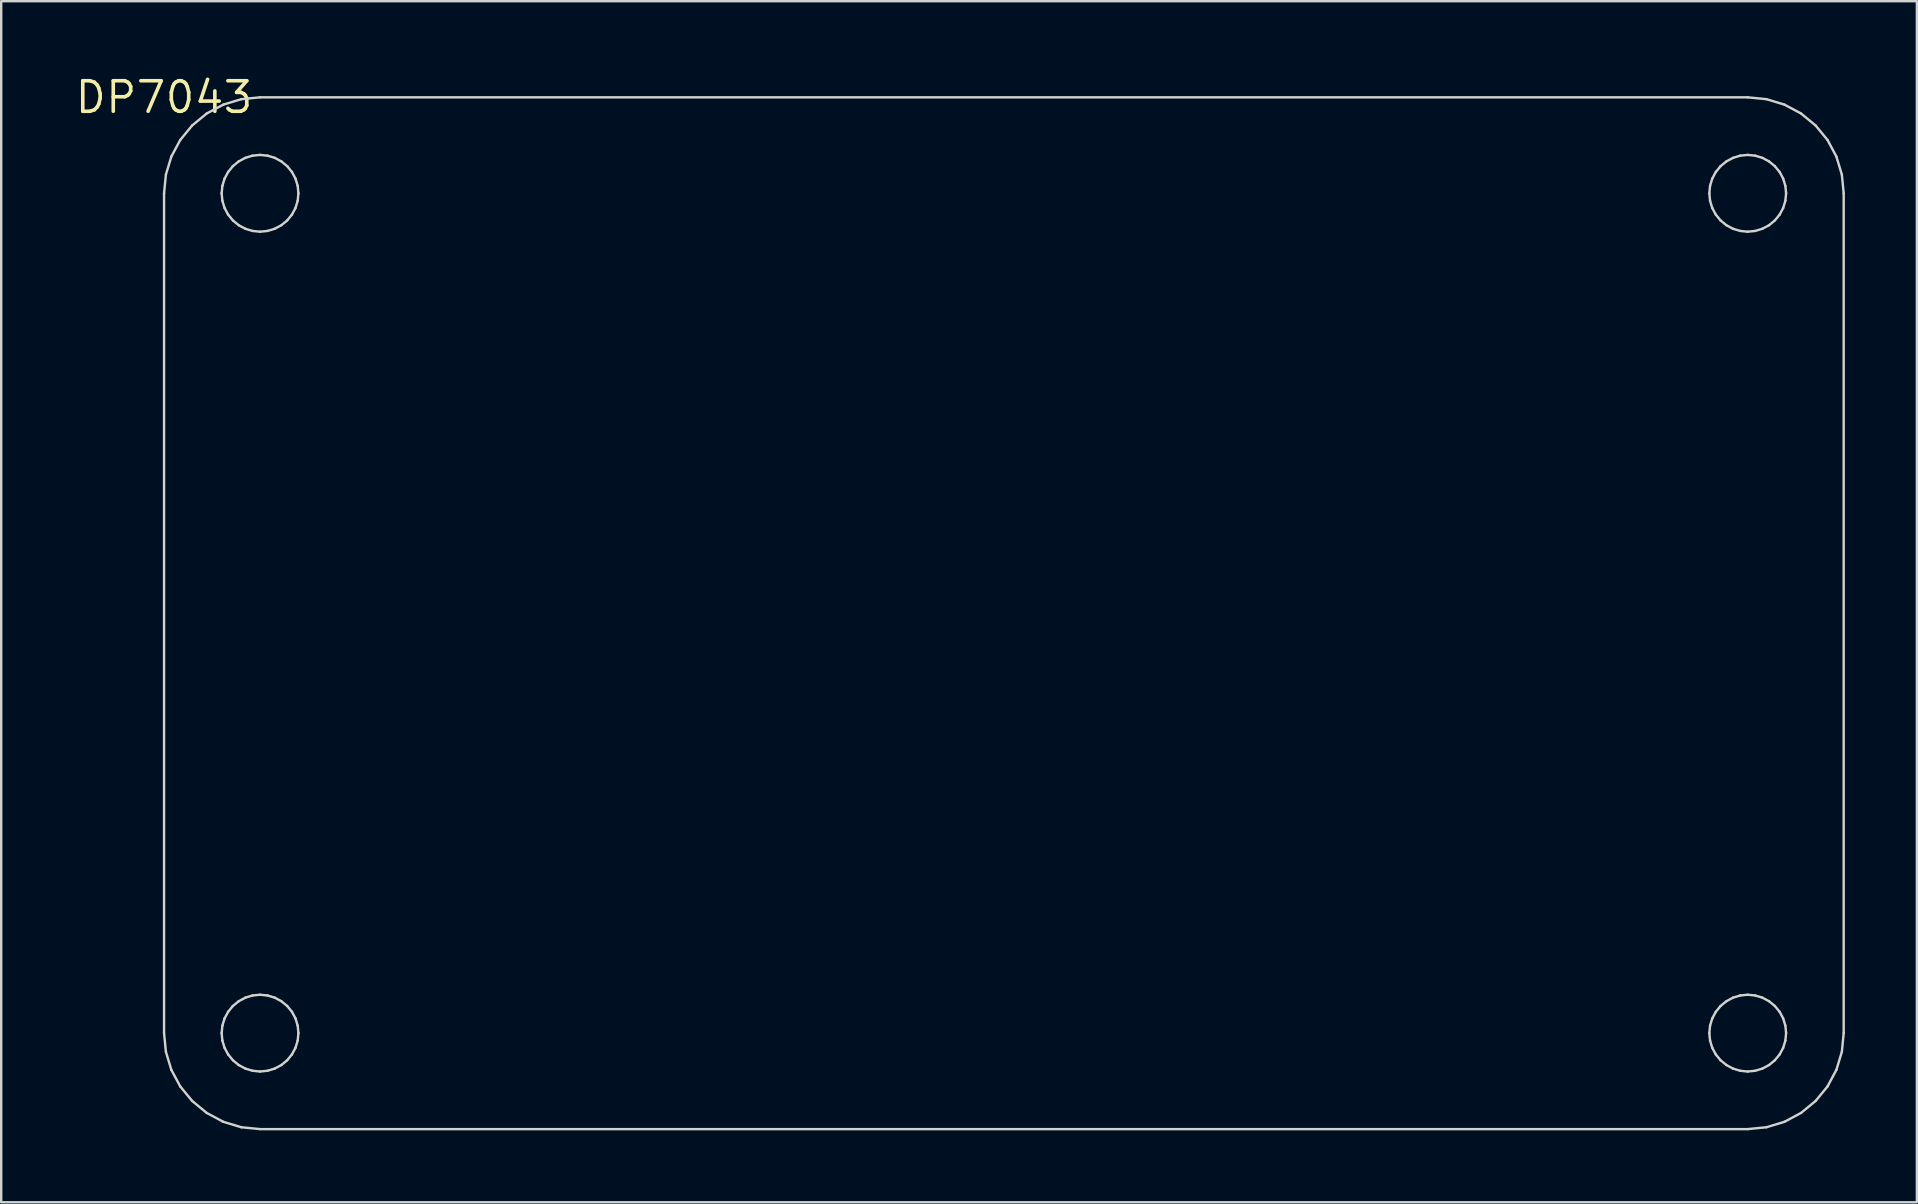
<source format=kicad_pcb>
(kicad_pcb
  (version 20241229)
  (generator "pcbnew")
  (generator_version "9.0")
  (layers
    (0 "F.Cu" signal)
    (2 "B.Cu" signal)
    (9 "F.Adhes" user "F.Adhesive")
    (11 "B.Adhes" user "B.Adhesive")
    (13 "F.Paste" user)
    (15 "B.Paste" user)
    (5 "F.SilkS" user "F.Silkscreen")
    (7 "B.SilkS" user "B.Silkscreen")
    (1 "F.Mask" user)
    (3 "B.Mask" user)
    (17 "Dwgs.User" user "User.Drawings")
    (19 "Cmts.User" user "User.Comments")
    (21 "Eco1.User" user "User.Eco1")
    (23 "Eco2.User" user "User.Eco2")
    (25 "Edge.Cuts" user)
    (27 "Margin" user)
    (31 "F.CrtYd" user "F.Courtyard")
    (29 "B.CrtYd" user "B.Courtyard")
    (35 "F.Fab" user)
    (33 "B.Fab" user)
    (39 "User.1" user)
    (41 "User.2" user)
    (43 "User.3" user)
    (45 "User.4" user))
  (footprint "DP7043"
    (layer "F.Cu")
    (at 3.787 1.006)
    (property "Reference" "DP7043" (at 0 0 0) (layer "F.SilkS") (effects (font (size 1.27 1.27) (thickness 0.15))))
    (attr through_hole)
    (fp_line (start 0 4) (end 0.077 3.22) (stroke (width 0.1) (type solid)) (layer "Edge.Cuts"))
    (fp_line (start 0 39) (end 0 4) (stroke (width 0.1) (type solid)) (layer "Edge.Cuts"))
    (fp_line (start 0.077 3.22) (end 0.304 2.469) (stroke (width 0.1) (type solid)) (layer "Edge.Cuts"))
    (fp_line (start 0.077 39.78) (end 0 39) (stroke (width 0.1) (type solid)) (layer "Edge.Cuts"))
    (fp_line (start 0.304 2.469) (end 0.674 1.778) (stroke (width 0.1) (type solid)) (layer "Edge.Cuts"))
    (fp_line (start 0.304 40.531) (end 0.077 39.78) (stroke (width 0.1) (type solid)) (layer "Edge.Cuts"))
    (fp_line (start 0.674 1.778) (end 1.172 1.172) (stroke (width 0.1) (type solid)) (layer "Edge.Cuts"))
    (fp_line (start 0.674 41.222) (end 0.304 40.531) (stroke (width 0.1) (type solid)) (layer "Edge.Cuts"))
    (fp_line (start 1.172 1.172) (end 1.778 0.674) (stroke (width 0.1) (type solid)) (layer "Edge.Cuts"))
    (fp_line (start 1.172 41.828) (end 0.674 41.222) (stroke (width 0.1) (type solid)) (layer "Edge.Cuts"))
    (fp_line (start 1.778 0.674) (end 2.469 0.304) (stroke (width 0.1) (type solid)) (layer "Edge.Cuts"))
    (fp_line (start 1.778 42.326) (end 1.172 41.828) (stroke (width 0.1) (type solid)) (layer "Edge.Cuts"))
    (fp_line (start 2.4 4) (end 2.431 4.312) (stroke (width 0.1) (type solid)) (layer "Edge.Cuts"))
    (fp_line (start 2.4 39) (end 2.431 39.312) (stroke (width 0.1) (type solid)) (layer "Edge.Cuts"))
    (fp_line (start 2.431 3.688) (end 2.4 4) (stroke (width 0.1) (type solid)) (layer "Edge.Cuts"))
    (fp_line (start 2.431 4.312) (end 2.522 4.612) (stroke (width 0.1) (type solid)) (layer "Edge.Cuts"))
    (fp_line (start 2.431 38.688) (end 2.4 39) (stroke (width 0.1) (type solid)) (layer "Edge.Cuts"))
    (fp_line (start 2.431 39.312) (end 2.522 39.612) (stroke (width 0.1) (type solid)) (layer "Edge.Cuts"))
    (fp_line (start 2.469 0.304) (end 3.22 0.077) (stroke (width 0.1) (type solid)) (layer "Edge.Cuts"))
    (fp_line (start 2.469 42.696) (end 1.778 42.326) (stroke (width 0.1) (type solid)) (layer "Edge.Cuts"))
    (fp_line (start 2.522 3.388) (end 2.431 3.688) (stroke (width 0.1) (type solid)) (layer "Edge.Cuts"))
    (fp_line (start 2.522 4.612) (end 2.67 4.889) (stroke (width 0.1) (type solid)) (layer "Edge.Cuts"))
    (fp_line (start 2.522 38.388) (end 2.431 38.688) (stroke (width 0.1) (type solid)) (layer "Edge.Cuts"))
    (fp_line (start 2.522 39.612) (end 2.67 39.889) (stroke (width 0.1) (type solid)) (layer "Edge.Cuts"))
    (fp_line (start 2.67 3.111) (end 2.522 3.388) (stroke (width 0.1) (type solid)) (layer "Edge.Cuts"))
    (fp_line (start 2.67 4.889) (end 2.869 5.131) (stroke (width 0.1) (type solid)) (layer "Edge.Cuts"))
    (fp_line (start 2.67 38.111) (end 2.522 38.388) (stroke (width 0.1) (type solid)) (layer "Edge.Cuts"))
    (fp_line (start 2.67 39.889) (end 2.869 40.131) (stroke (width 0.1) (type solid)) (layer "Edge.Cuts"))
    (fp_line (start 2.869 2.869) (end 2.67 3.111) (stroke (width 0.1) (type solid)) (layer "Edge.Cuts"))
    (fp_line (start 2.869 5.131) (end 3.111 5.33) (stroke (width 0.1) (type solid)) (layer "Edge.Cuts"))
    (fp_line (start 2.869 37.869) (end 2.67 38.111) (stroke (width 0.1) (type solid)) (layer "Edge.Cuts"))
    (fp_line (start 2.869 40.131) (end 3.111 40.33) (stroke (width 0.1) (type solid)) (layer "Edge.Cuts"))
    (fp_line (start 3.111 2.67) (end 2.869 2.869) (stroke (width 0.1) (type solid)) (layer "Edge.Cuts"))
    (fp_line (start 3.111 5.33) (end 3.388 5.478) (stroke (width 0.1) (type solid)) (layer "Edge.Cuts"))
    (fp_line (start 3.111 37.67) (end 2.869 37.869) (stroke (width 0.1) (type solid)) (layer "Edge.Cuts"))
    (fp_line (start 3.111 40.33) (end 3.388 40.478) (stroke (width 0.1) (type solid)) (layer "Edge.Cuts"))
    (fp_line (start 3.22 0.077) (end 4 0) (stroke (width 0.1) (type solid)) (layer "Edge.Cuts"))
    (fp_line (start 3.22 42.923) (end 2.469 42.696) (stroke (width 0.1) (type solid)) (layer "Edge.Cuts"))
    (fp_line (start 3.388 2.522) (end 3.111 2.67) (stroke (width 0.1) (type solid)) (layer "Edge.Cuts"))
    (fp_line (start 3.388 5.478) (end 3.688 5.569) (stroke (width 0.1) (type solid)) (layer "Edge.Cuts"))
    (fp_line (start 3.388 37.522) (end 3.111 37.67) (stroke (width 0.1) (type solid)) (layer "Edge.Cuts"))
    (fp_line (start 3.388 40.478) (end 3.688 40.569) (stroke (width 0.1) (type solid)) (layer "Edge.Cuts"))
    (fp_line (start 3.688 2.431) (end 3.388 2.522) (stroke (width 0.1) (type solid)) (layer "Edge.Cuts"))
    (fp_line (start 3.688 5.569) (end 4 5.6) (stroke (width 0.1) (type solid)) (layer "Edge.Cuts"))
    (fp_line (start 3.688 37.431) (end 3.388 37.522) (stroke (width 0.1) (type solid)) (layer "Edge.Cuts"))
    (fp_line (start 3.688 40.569) (end 4 40.6) (stroke (width 0.1) (type solid)) (layer "Edge.Cuts"))
    (fp_line (start 4 0) (end 66 0) (stroke (width 0.1) (type solid)) (layer "Edge.Cuts"))
    (fp_line (start 4 2.4) (end 3.688 2.431) (stroke (width 0.1) (type solid)) (layer "Edge.Cuts"))
    (fp_line (start 4 37.4) (end 3.688 37.431) (stroke (width 0.1) (type solid)) (layer "Edge.Cuts"))
    (fp_line (start 4 5.6) (end 4.312 5.569) (stroke (width 0.1) (type solid)) (layer "Edge.Cuts"))
    (fp_line (start 4 40.6) (end 4.312 40.569) (stroke (width 0.1) (type solid)) (layer "Edge.Cuts"))
    (fp_line (start 4 43) (end 3.22 42.923) (stroke (width 0.1) (type solid)) (layer "Edge.Cuts"))
    (fp_line (start 4.312 2.431) (end 4 2.4) (stroke (width 0.1) (type solid)) (layer "Edge.Cuts"))
    (fp_line (start 4.312 5.569) (end 4.612 5.478) (stroke (width 0.1) (type solid)) (layer "Edge.Cuts"))
    (fp_line (start 4.312 37.431) (end 4 37.4) (stroke (width 0.1) (type solid)) (layer "Edge.Cuts"))
    (fp_line (start 4.312 40.569) (end 4.612 40.478) (stroke (width 0.1) (type solid)) (layer "Edge.Cuts"))
    (fp_line (start 4.612 2.522) (end 4.312 2.431) (stroke (width 0.1) (type solid)) (layer "Edge.Cuts"))
    (fp_line (start 4.612 5.478) (end 4.889 5.33) (stroke (width 0.1) (type solid)) (layer "Edge.Cuts"))
    (fp_line (start 4.612 37.522) (end 4.312 37.431) (stroke (width 0.1) (type solid)) (layer "Edge.Cuts"))
    (fp_line (start 4.612 40.478) (end 4.889 40.33) (stroke (width 0.1) (type solid)) (layer "Edge.Cuts"))
    (fp_line (start 4.889 2.67) (end 4.612 2.522) (stroke (width 0.1) (type solid)) (layer "Edge.Cuts"))
    (fp_line (start 4.889 5.33) (end 5.131 5.131) (stroke (width 0.1) (type solid)) (layer "Edge.Cuts"))
    (fp_line (start 4.889 37.67) (end 4.612 37.522) (stroke (width 0.1) (type solid)) (layer "Edge.Cuts"))
    (fp_line (start 4.889 40.33) (end 5.131 40.131) (stroke (width 0.1) (type solid)) (layer "Edge.Cuts"))
    (fp_line (start 5.131 2.869) (end 4.889 2.67) (stroke (width 0.1) (type solid)) (layer "Edge.Cuts"))
    (fp_line (start 5.131 5.131) (end 5.33 4.889) (stroke (width 0.1) (type solid)) (layer "Edge.Cuts"))
    (fp_line (start 5.131 37.869) (end 4.889 37.67) (stroke (width 0.1) (type solid)) (layer "Edge.Cuts"))
    (fp_line (start 5.131 40.131) (end 5.33 39.889) (stroke (width 0.1) (type solid)) (layer "Edge.Cuts"))
    (fp_line (start 5.33 3.111) (end 5.131 2.869) (stroke (width 0.1) (type solid)) (layer "Edge.Cuts"))
    (fp_line (start 5.33 4.889) (end 5.478 4.612) (stroke (width 0.1) (type solid)) (layer "Edge.Cuts"))
    (fp_line (start 5.33 38.111) (end 5.131 37.869) (stroke (width 0.1) (type solid)) (layer "Edge.Cuts"))
    (fp_line (start 5.33 39.889) (end 5.478 39.612) (stroke (width 0.1) (type solid)) (layer "Edge.Cuts"))
    (fp_line (start 5.478 3.388) (end 5.33 3.111) (stroke (width 0.1) (type solid)) (layer "Edge.Cuts"))
    (fp_line (start 5.478 4.612) (end 5.569 4.312) (stroke (width 0.1) (type solid)) (layer "Edge.Cuts"))
    (fp_line (start 5.478 38.388) (end 5.33 38.111) (stroke (width 0.1) (type solid)) (layer "Edge.Cuts"))
    (fp_line (start 5.478 39.612) (end 5.569 39.312) (stroke (width 0.1) (type solid)) (layer "Edge.Cuts"))
    (fp_line (start 5.569 3.688) (end 5.478 3.388) (stroke (width 0.1) (type solid)) (layer "Edge.Cuts"))
    (fp_line (start 5.569 4.312) (end 5.6 4) (stroke (width 0.1) (type solid)) (layer "Edge.Cuts"))
    (fp_line (start 5.569 38.688) (end 5.478 38.388) (stroke (width 0.1) (type solid)) (layer "Edge.Cuts"))
    (fp_line (start 5.569 39.312) (end 5.6 39) (stroke (width 0.1) (type solid)) (layer "Edge.Cuts"))
    (fp_line (start 5.6 4) (end 5.569 3.688) (stroke (width 0.1) (type solid)) (layer "Edge.Cuts"))
    (fp_line (start 5.6 39) (end 5.569 38.688) (stroke (width 0.1) (type solid)) (layer "Edge.Cuts"))
    (fp_line (start 64.4 4) (end 64.431 4.312) (stroke (width 0.1) (type solid)) (layer "Edge.Cuts"))
    (fp_line (start 64.4 39) (end 64.431 39.312) (stroke (width 0.1) (type solid)) (layer "Edge.Cuts"))
    (fp_line (start 64.431 3.688) (end 64.4 4) (stroke (width 0.1) (type solid)) (layer "Edge.Cuts"))
    (fp_line (start 64.431 4.312) (end 64.522 4.612) (stroke (width 0.1) (type solid)) (layer "Edge.Cuts"))
    (fp_line (start 64.431 38.688) (end 64.4 39) (stroke (width 0.1) (type solid)) (layer "Edge.Cuts"))
    (fp_line (start 64.431 39.312) (end 64.522 39.612) (stroke (width 0.1) (type solid)) (layer "Edge.Cuts"))
    (fp_line (start 64.522 3.388) (end 64.431 3.688) (stroke (width 0.1) (type solid)) (layer "Edge.Cuts"))
    (fp_line (start 64.522 4.612) (end 64.67 4.889) (stroke (width 0.1) (type solid)) (layer "Edge.Cuts"))
    (fp_line (start 64.522 38.388) (end 64.431 38.688) (stroke (width 0.1) (type solid)) (layer "Edge.Cuts"))
    (fp_line (start 64.522 39.612) (end 64.67 39.889) (stroke (width 0.1) (type solid)) (layer "Edge.Cuts"))
    (fp_line (start 64.67 3.111) (end 64.522 3.388) (stroke (width 0.1) (type solid)) (layer "Edge.Cuts"))
    (fp_line (start 64.67 4.889) (end 64.869 5.131) (stroke (width 0.1) (type solid)) (layer "Edge.Cuts"))
    (fp_line (start 64.67 38.111) (end 64.522 38.388) (stroke (width 0.1) (type solid)) (layer "Edge.Cuts"))
    (fp_line (start 64.67 39.889) (end 64.869 40.131) (stroke (width 0.1) (type solid)) (layer "Edge.Cuts"))
    (fp_line (start 64.869 2.869) (end 64.67 3.111) (stroke (width 0.1) (type solid)) (layer "Edge.Cuts"))
    (fp_line (start 64.869 5.131) (end 65.111 5.33) (stroke (width 0.1) (type solid)) (layer "Edge.Cuts"))
    (fp_line (start 64.869 37.869) (end 64.67 38.111) (stroke (width 0.1) (type solid)) (layer "Edge.Cuts"))
    (fp_line (start 64.869 40.131) (end 65.111 40.33) (stroke (width 0.1) (type solid)) (layer "Edge.Cuts"))
    (fp_line (start 65.111 2.67) (end 64.869 2.869) (stroke (width 0.1) (type solid)) (layer "Edge.Cuts"))
    (fp_line (start 65.111 5.33) (end 65.388 5.478) (stroke (width 0.1) (type solid)) (layer "Edge.Cuts"))
    (fp_line (start 65.111 37.67) (end 64.869 37.869) (stroke (width 0.1) (type solid)) (layer "Edge.Cuts"))
    (fp_line (start 65.111 40.33) (end 65.388 40.478) (stroke (width 0.1) (type solid)) (layer "Edge.Cuts"))
    (fp_line (start 65.388 2.522) (end 65.111 2.67) (stroke (width 0.1) (type solid)) (layer "Edge.Cuts"))
    (fp_line (start 65.388 5.478) (end 65.688 5.569) (stroke (width 0.1) (type solid)) (layer "Edge.Cuts"))
    (fp_line (start 65.388 37.522) (end 65.111 37.67) (stroke (width 0.1) (type solid)) (layer "Edge.Cuts"))
    (fp_line (start 65.388 40.478) (end 65.688 40.569) (stroke (width 0.1) (type solid)) (layer "Edge.Cuts"))
    (fp_line (start 65.688 2.431) (end 65.388 2.522) (stroke (width 0.1) (type solid)) (layer "Edge.Cuts"))
    (fp_line (start 65.688 5.569) (end 66 5.6) (stroke (width 0.1) (type solid)) (layer "Edge.Cuts"))
    (fp_line (start 65.688 37.431) (end 65.388 37.522) (stroke (width 0.1) (type solid)) (layer "Edge.Cuts"))
    (fp_line (start 65.688 40.569) (end 66 40.6) (stroke (width 0.1) (type solid)) (layer "Edge.Cuts"))
    (fp_line (start 66 0) (end 66.78 0.077) (stroke (width 0.1) (type solid)) (layer "Edge.Cuts"))
    (fp_line (start 66 2.4) (end 65.688 2.431) (stroke (width 0.1) (type solid)) (layer "Edge.Cuts"))
    (fp_line (start 66 5.6) (end 66.312 5.569) (stroke (width 0.1) (type solid)) (layer "Edge.Cuts"))
    (fp_line (start 66 37.4) (end 65.688 37.431) (stroke (width 0.1) (type solid)) (layer "Edge.Cuts"))
    (fp_line (start 66 40.6) (end 66.312 40.569) (stroke (width 0.1) (type solid)) (layer "Edge.Cuts"))
    (fp_line (start 66 43) (end 4 43) (stroke (width 0.1) (type solid)) (layer "Edge.Cuts"))
    (fp_line (start 66.312 2.431) (end 66 2.4) (stroke (width 0.1) (type solid)) (layer "Edge.Cuts"))
    (fp_line (start 66.312 5.569) (end 66.612 5.478) (stroke (width 0.1) (type solid)) (layer "Edge.Cuts"))
    (fp_line (start 66.312 37.431) (end 66 37.4) (stroke (width 0.1) (type solid)) (layer "Edge.Cuts"))
    (fp_line (start 66.312 40.569) (end 66.612 40.478) (stroke (width 0.1) (type solid)) (layer "Edge.Cuts"))
    (fp_line (start 66.612 2.522) (end 66.312 2.431) (stroke (width 0.1) (type solid)) (layer "Edge.Cuts"))
    (fp_line (start 66.612 5.478) (end 66.889 5.33) (stroke (width 0.1) (type solid)) (layer "Edge.Cuts"))
    (fp_line (start 66.612 37.522) (end 66.312 37.431) (stroke (width 0.1) (type solid)) (layer "Edge.Cuts"))
    (fp_line (start 66.612 40.478) (end 66.889 40.33) (stroke (width 0.1) (type solid)) (layer "Edge.Cuts"))
    (fp_line (start 66.78 0.077) (end 67.531 0.304) (stroke (width 0.1) (type solid)) (layer "Edge.Cuts"))
    (fp_line (start 66.78 42.923) (end 66 43) (stroke (width 0.1) (type solid)) (layer "Edge.Cuts"))
    (fp_line (start 66.889 2.67) (end 66.612 2.522) (stroke (width 0.1) (type solid)) (layer "Edge.Cuts"))
    (fp_line (start 66.889 5.33) (end 67.131 5.131) (stroke (width 0.1) (type solid)) (layer "Edge.Cuts"))
    (fp_line (start 66.889 37.67) (end 66.612 37.522) (stroke (width 0.1) (type solid)) (layer "Edge.Cuts"))
    (fp_line (start 66.889 40.33) (end 67.131 40.131) (stroke (width 0.1) (type solid)) (layer "Edge.Cuts"))
    (fp_line (start 67.131 2.869) (end 66.889 2.67) (stroke (width 0.1) (type solid)) (layer "Edge.Cuts"))
    (fp_line (start 67.131 5.131) (end 67.33 4.889) (stroke (width 0.1) (type solid)) (layer "Edge.Cuts"))
    (fp_line (start 67.131 37.869) (end 66.889 37.67) (stroke (width 0.1) (type solid)) (layer "Edge.Cuts"))
    (fp_line (start 67.131 40.131) (end 67.33 39.889) (stroke (width 0.1) (type solid)) (layer "Edge.Cuts"))
    (fp_line (start 67.33 3.111) (end 67.131 2.869) (stroke (width 0.1) (type solid)) (layer "Edge.Cuts"))
    (fp_line (start 67.33 4.889) (end 67.478 4.612) (stroke (width 0.1) (type solid)) (layer "Edge.Cuts"))
    (fp_line (start 67.33 38.111) (end 67.131 37.869) (stroke (width 0.1) (type solid)) (layer "Edge.Cuts"))
    (fp_line (start 67.33 39.889) (end 67.478 39.612) (stroke (width 0.1) (type solid)) (layer "Edge.Cuts"))
    (fp_line (start 67.478 3.388) (end 67.33 3.111) (stroke (width 0.1) (type solid)) (layer "Edge.Cuts"))
    (fp_line (start 67.478 4.612) (end 67.569 4.312) (stroke (width 0.1) (type solid)) (layer "Edge.Cuts"))
    (fp_line (start 67.478 38.388) (end 67.33 38.111) (stroke (width 0.1) (type solid)) (layer "Edge.Cuts"))
    (fp_line (start 67.478 39.612) (end 67.569 39.312) (stroke (width 0.1) (type solid)) (layer "Edge.Cuts"))
    (fp_line (start 67.531 0.304) (end 68.222 0.674) (stroke (width 0.1) (type solid)) (layer "Edge.Cuts"))
    (fp_line (start 67.531 42.696) (end 66.78 42.923) (stroke (width 0.1) (type solid)) (layer "Edge.Cuts"))
    (fp_line (start 67.569 3.688) (end 67.478 3.388) (stroke (width 0.1) (type solid)) (layer "Edge.Cuts"))
    (fp_line (start 67.569 4.312) (end 67.6 4) (stroke (width 0.1) (type solid)) (layer "Edge.Cuts"))
    (fp_line (start 67.569 38.688) (end 67.478 38.388) (stroke (width 0.1) (type solid)) (layer "Edge.Cuts"))
    (fp_line (start 67.569 39.312) (end 67.6 39) (stroke (width 0.1) (type solid)) (layer "Edge.Cuts"))
    (fp_line (start 67.6 4) (end 67.569 3.688) (stroke (width 0.1) (type solid)) (layer "Edge.Cuts"))
    (fp_line (start 67.6 39) (end 67.569 38.688) (stroke (width 0.1) (type solid)) (layer "Edge.Cuts"))
    (fp_line (start 68.222 0.674) (end 68.828 1.172) (stroke (width 0.1) (type solid)) (layer "Edge.Cuts"))
    (fp_line (start 68.222 42.326) (end 67.531 42.696) (stroke (width 0.1) (type solid)) (layer "Edge.Cuts"))
    (fp_line (start 68.828 1.172) (end 69.326 1.778) (stroke (width 0.1) (type solid)) (layer "Edge.Cuts"))
    (fp_line (start 68.828 41.828) (end 68.222 42.326) (stroke (width 0.1) (type solid)) (layer "Edge.Cuts"))
    (fp_line (start 69.326 1.778) (end 69.695 2.469) (stroke (width 0.1) (type solid)) (layer "Edge.Cuts"))
    (fp_line (start 69.326 41.222) (end 68.828 41.828) (stroke (width 0.1) (type solid)) (layer "Edge.Cuts"))
    (fp_line (start 69.695 2.469) (end 69.923 3.22) (stroke (width 0.1) (type solid)) (layer "Edge.Cuts"))
    (fp_line (start 69.695 40.531) (end 69.326 41.222) (stroke (width 0.1) (type solid)) (layer "Edge.Cuts"))
    (fp_line (start 69.923 3.22) (end 70 4) (stroke (width 0.1) (type solid)) (layer "Edge.Cuts"))
    (fp_line (start 69.923 39.78) (end 69.695 40.531) (stroke (width 0.1) (type solid)) (layer "Edge.Cuts"))
    (fp_line (start 70 4) (end 70 39) (stroke (width 0.1) (type solid)) (layer "Edge.Cuts"))
    (fp_line (start 70 39) (end 69.923 39.78) (stroke (width 0.1) (type solid)) (layer "Edge.Cuts")))
  (gr_rect
    (start -3 -3)
    (end 76.837 47.056)
    (stroke (width 0.1) (type default))
    (fill no)
    (layer "Edge.Cuts")))
</source>
